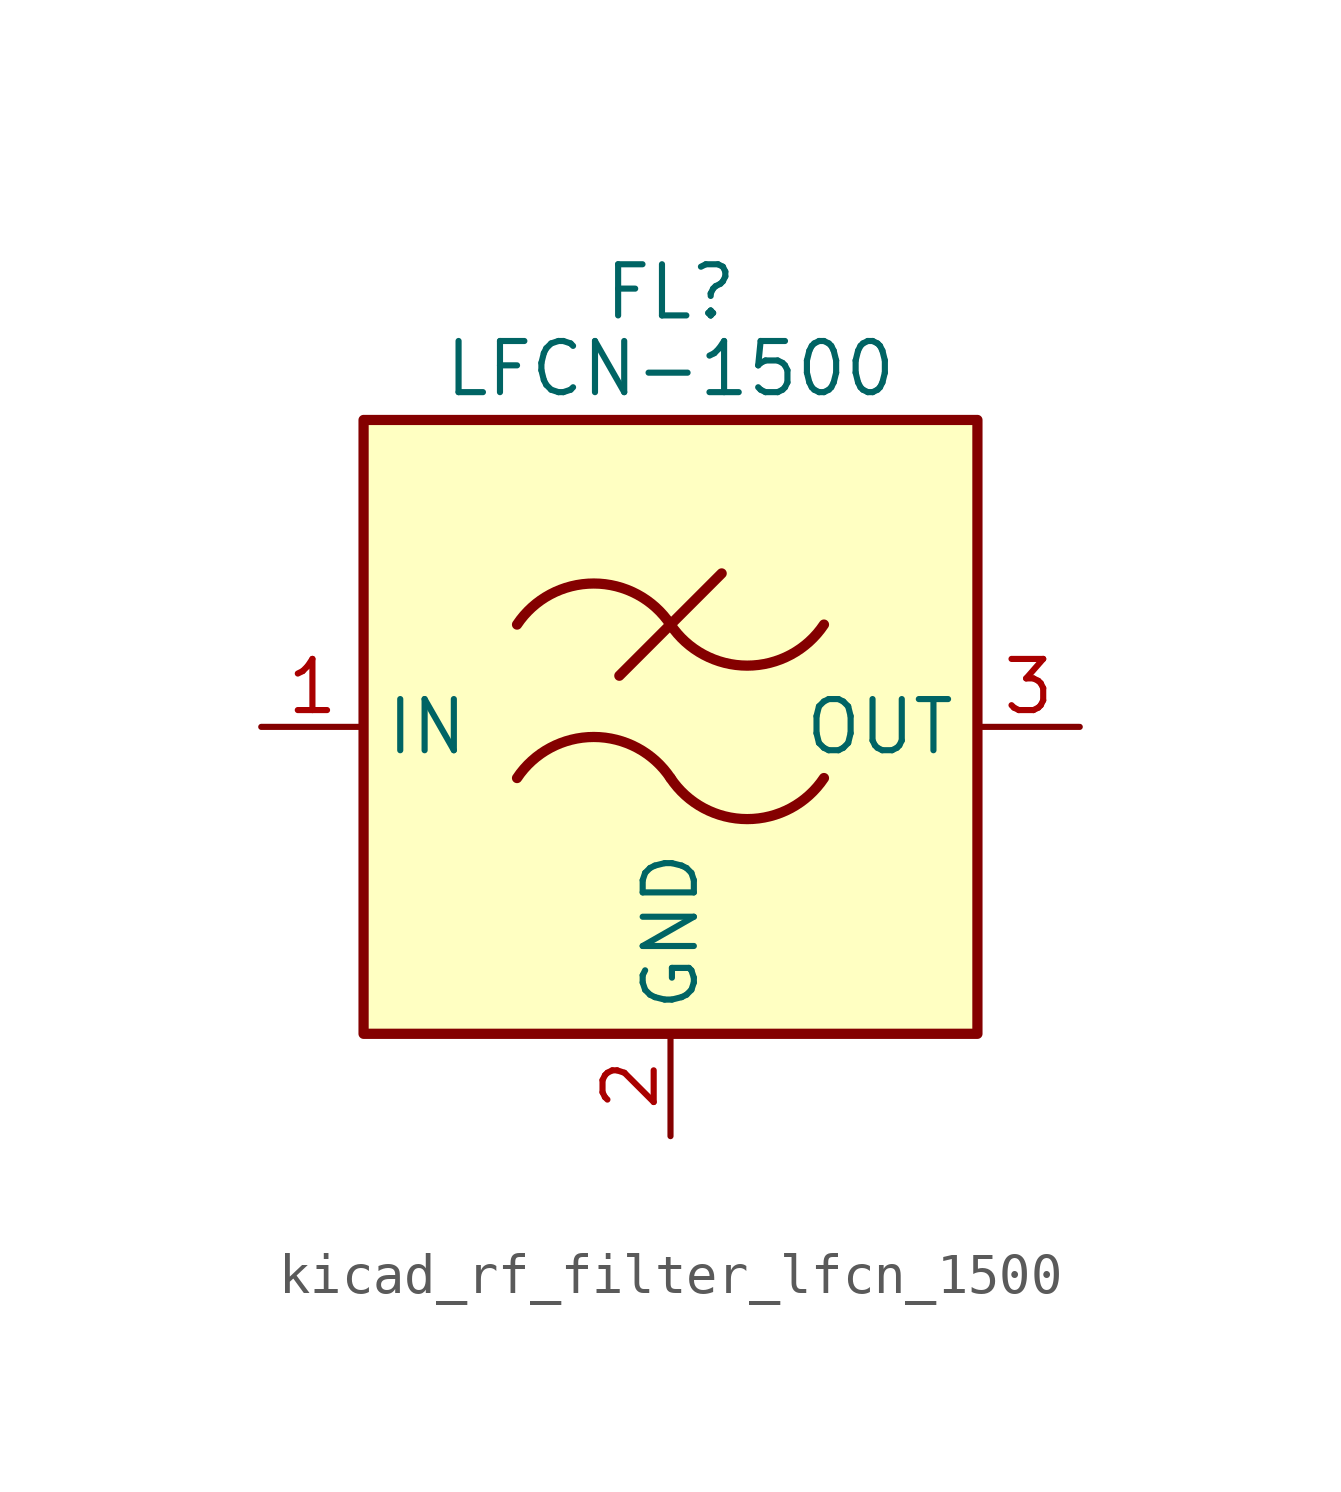
<source format=kicad_sym>
(kicad_symbol_lib
  (version 20220914)
  (generator kicad_symbol_editor)
  (symbol "kicad_rf_filter_lfcn_1500"
    (property "Reference" "FL"
      (at 0 10.795 0)
      (effects (font (size 1.27 1.27))))
    (property "Value" "LFCN-1500"
      (at 0 8.89 0)
      (effects (font (size 1.27 1.27))))
    (symbol "kicad_rf_filter_lfcn_1500_0_1"
      (rectangle (start -7.62 7.62) (end 7.62 -7.62) (stroke (width 0.254) (type default)) (fill (type background)))
      (arc (start 0 -1.27) (mid -1.905 -0.2505) (end -3.81 -1.27) (stroke (width 0.254) (type default)) (fill (type none)))
      (arc (start 0 -1.27) (mid 1.905 -2.2895) (end 3.81 -1.27) (stroke (width 0.254) (type default)) (fill (type none)))
      (polyline (pts (xy -1.27 1.27) (xy 1.27 3.81)) (stroke (width 0.254) (type default)) (fill (type none)))
      (arc (start 0 2.54) (mid -1.905 3.5595) (end -3.81 2.54) (stroke (width 0.254) (type default)) (fill (type none)))
      (arc (start 0 2.54) (mid 1.905 1.5205) (end 3.81 2.54) (stroke (width 0.254) (type default)) (fill (type none))))
    (symbol "kicad_rf_filter_lfcn_1500_1_1"
      (pin passive line (at -10.16 0 0) (length 2.54) (name "IN" (effects (font (size 1.27 1.27)))) (number "1" (effects (font (size 1.27 1.27)))))
      (pin passive line (at 0 -10.16 90) (length 2.54) (name "GND" (effects (font (size 1.27 1.27)))) (number "2" (effects (font (size 1.27 1.27)))))
      (pin passive line (at 10.16 0 180) (length 2.54) (name "OUT" (effects (font (size 1.27 1.27)))) (number "3" (effects (font (size 1.27 1.27)))))
      (pin passive line (at 0 -10.16 90) (length 2.54) hide (name "GND" (effects (font (size 1.27 1.27)))) (number "4" (effects (font (size 1.27 1.27))))))))
</source>
